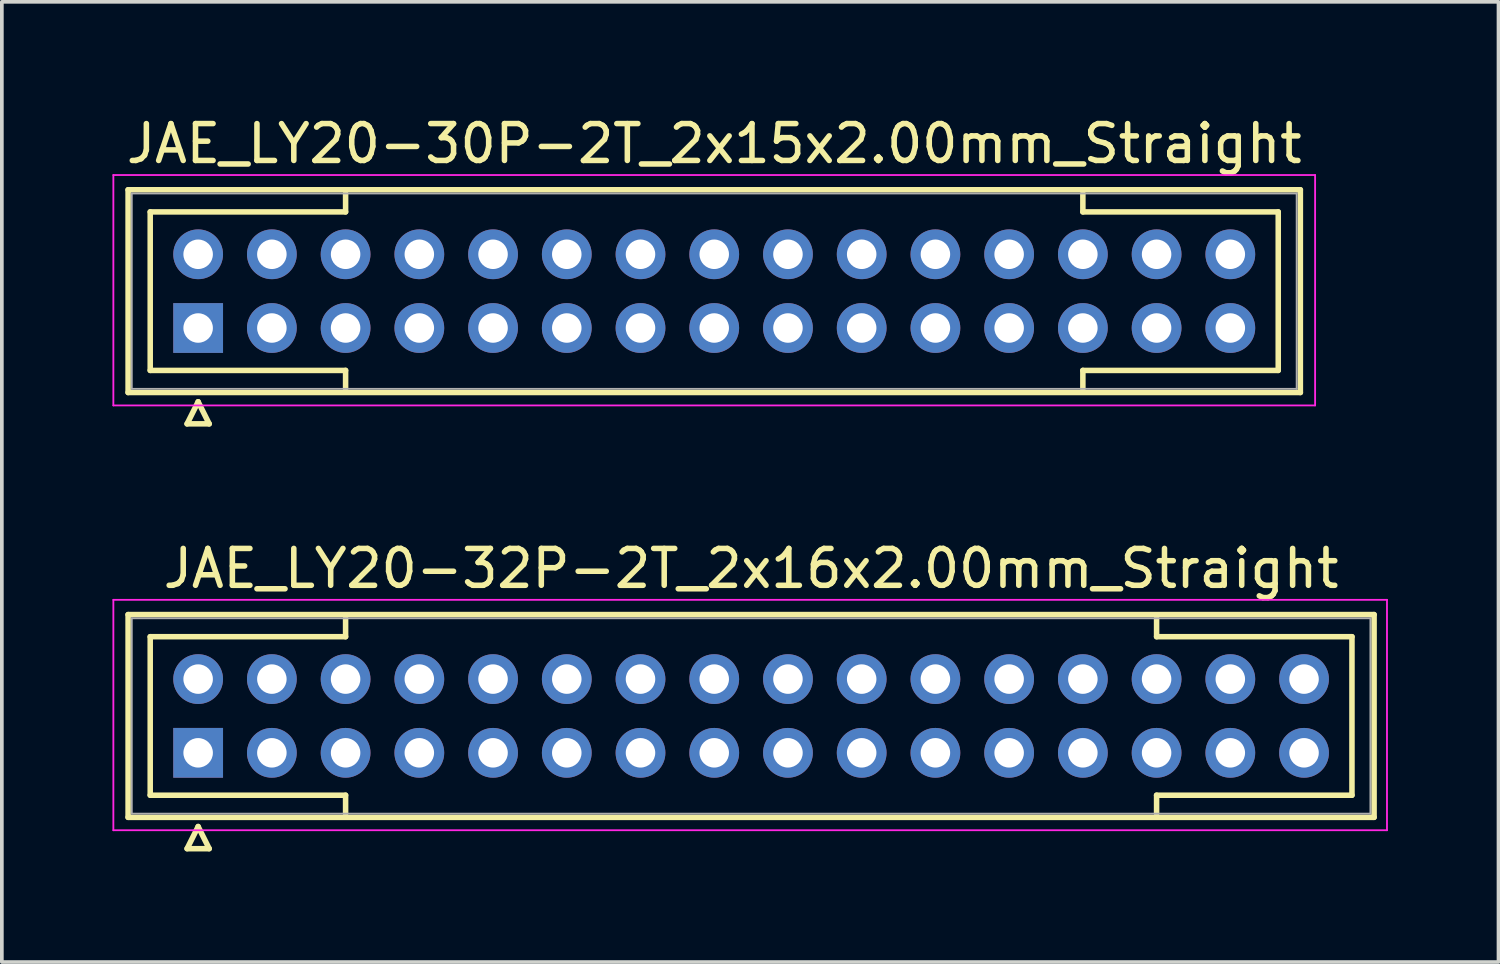
<source format=kicad_pcb>
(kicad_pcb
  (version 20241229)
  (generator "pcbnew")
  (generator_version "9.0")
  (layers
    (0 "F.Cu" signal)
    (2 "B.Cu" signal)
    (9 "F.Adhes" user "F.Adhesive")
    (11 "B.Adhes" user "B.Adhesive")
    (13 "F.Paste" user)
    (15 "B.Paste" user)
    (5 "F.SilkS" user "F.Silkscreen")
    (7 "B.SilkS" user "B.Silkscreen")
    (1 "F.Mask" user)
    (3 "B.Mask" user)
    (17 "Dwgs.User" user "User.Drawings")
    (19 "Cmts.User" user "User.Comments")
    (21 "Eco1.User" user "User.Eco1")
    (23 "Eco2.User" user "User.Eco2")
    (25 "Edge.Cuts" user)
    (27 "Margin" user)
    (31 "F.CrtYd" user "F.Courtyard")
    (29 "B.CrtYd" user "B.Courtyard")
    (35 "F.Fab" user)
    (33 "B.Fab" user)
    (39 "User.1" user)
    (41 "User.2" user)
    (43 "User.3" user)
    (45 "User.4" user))
  (footprint "JAE_LY20-30P-2T_2x15x2.00mm_Straight"
    (layer "F.Cu")
    (at 2.325 5.848)
    (property "Reference" "JAE_LY20-30P-2T_2x15x2.00mm_Straight" (at 14 -5 0) (layer "F.SilkS") (effects (font (size 1 1) (thickness 0.15))))
    (attr through_hole)
    (fp_line (start -1.9 -3.75) (end -1.9 1.75) (stroke (width 0.15) (type solid)) (layer "F.SilkS"))
    (fp_line (start -1.9 1.75) (end 29.9 1.75) (stroke (width 0.15) (type solid)) (layer "F.SilkS"))
    (fp_line (start -1.3 -3.15) (end 4 -3.15) (stroke (width 0.15) (type solid)) (layer "F.SilkS"))
    (fp_line (start -1.3 1.15) (end -1.3 -3.15) (stroke (width 0.15) (type solid)) (layer "F.SilkS"))
    (fp_line (start -0.3 2.6) (end 0.3 2.6) (stroke (width 0.15) (type solid)) (layer "F.SilkS"))
    (fp_line (start 0 2) (end -0.3 2.6) (stroke (width 0.15) (type solid)) (layer "F.SilkS"))
    (fp_line (start 0.3 2.6) (end 0 2) (stroke (width 0.15) (type solid)) (layer "F.SilkS"))
    (fp_line (start 4 -3.15) (end 4 -3.65) (stroke (width 0.15) (type solid)) (layer "F.SilkS"))
    (fp_line (start 4 1.15) (end -1.3 1.15) (stroke (width 0.15) (type solid)) (layer "F.SilkS"))
    (fp_line (start 4 1.65) (end 4 1.15) (stroke (width 0.15) (type solid)) (layer "F.SilkS"))
    (fp_line (start 24 -3.15) (end 24 -3.65) (stroke (width 0.15) (type solid)) (layer "F.SilkS"))
    (fp_line (start 24 1.15) (end 29.3 1.15) (stroke (width 0.15) (type solid)) (layer "F.SilkS"))
    (fp_line (start 24 1.65) (end 24 1.15) (stroke (width 0.15) (type solid)) (layer "F.SilkS"))
    (fp_line (start 29.3 -3.15) (end 24 -3.15) (stroke (width 0.15) (type solid)) (layer "F.SilkS"))
    (fp_line (start 29.3 1.15) (end 29.3 -3.15) (stroke (width 0.15) (type solid)) (layer "F.SilkS"))
    (fp_line (start 29.9 -3.75) (end -1.9 -3.75) (stroke (width 0.15) (type solid)) (layer "F.SilkS"))
    (fp_line (start 29.9 1.75) (end 29.9 -3.75) (stroke (width 0.15) (type solid)) (layer "F.SilkS"))
    (fp_line (start -2.3 -4.15) (end -2.3 2.1) (stroke (width 0.05) (type solid)) (layer "F.CrtYd"))
    (fp_line (start -2.3 2.1) (end 30.3 2.1) (stroke (width 0.05) (type solid)) (layer "F.CrtYd"))
    (fp_line (start 30.3 -4.15) (end -2.3 -4.15) (stroke (width 0.05) (type solid)) (layer "F.CrtYd"))
    (fp_line (start 30.3 2.1) (end 30.3 -4.15) (stroke (width 0.05) (type solid)) (layer "F.CrtYd"))
    (fp_line (start -1.8 -3.65) (end -1.8 1.65) (stroke (width 0.05) (type solid)) (layer "F.Fab"))
    (fp_line (start -1.8 1.65) (end 29.8 1.65) (stroke (width 0.05) (type solid)) (layer "F.Fab"))
    (fp_line (start 29.8 -3.65) (end -1.8 -3.65) (stroke (width 0.05) (type solid)) (layer "F.Fab"))
    (fp_line (start 29.8 1.65) (end 29.8 -3.65) (stroke (width 0.05) (type solid)) (layer "F.Fab"))
    (pad "1" thru_hole rect (at 0 0) (size 1.35 1.35) (drill 0.8) (layers "*.Cu" "*.Mask"))
    (pad "2" thru_hole circle (at 2 0) (size 1.35 1.35) (drill 0.8) (layers "*.Cu" "*.Mask"))
    (pad "3" thru_hole circle (at 4 0) (size 1.35 1.35) (drill 0.8) (layers "*.Cu" "*.Mask"))
    (pad "4" thru_hole circle (at 6 0) (size 1.35 1.35) (drill 0.8) (layers "*.Cu" "*.Mask"))
    (pad "5" thru_hole circle (at 8 0) (size 1.35 1.35) (drill 0.8) (layers "*.Cu" "*.Mask"))
    (pad "6" thru_hole circle (at 10 0) (size 1.35 1.35) (drill 0.8) (layers "*.Cu" "*.Mask"))
    (pad "7" thru_hole circle (at 12 0) (size 1.35 1.35) (drill 0.8) (layers "*.Cu" "*.Mask"))
    (pad "8" thru_hole circle (at 14 0) (size 1.35 1.35) (drill 0.8) (layers "*.Cu" "*.Mask"))
    (pad "9" thru_hole circle (at 16 0) (size 1.35 1.35) (drill 0.8) (layers "*.Cu" "*.Mask"))
    (pad "10" thru_hole circle (at 18 0) (size 1.35 1.35) (drill 0.8) (layers "*.Cu" "*.Mask"))
    (pad "11" thru_hole circle (at 20 0) (size 1.35 1.35) (drill 0.8) (layers "*.Cu" "*.Mask"))
    (pad "12" thru_hole circle (at 22 0) (size 1.35 1.35) (drill 0.8) (layers "*.Cu" "*.Mask"))
    (pad "13" thru_hole circle (at 24 0) (size 1.35 1.35) (drill 0.8) (layers "*.Cu" "*.Mask"))
    (pad "14" thru_hole circle (at 26 0) (size 1.35 1.35) (drill 0.8) (layers "*.Cu" "*.Mask"))
    (pad "15" thru_hole circle (at 28 0) (size 1.35 1.35) (drill 0.8) (layers "*.Cu" "*.Mask"))
    (pad "16" thru_hole circle (at 0 -2) (size 1.35 1.35) (drill 0.8) (layers "*.Cu" "*.Mask"))
    (pad "17" thru_hole circle (at 2 -2) (size 1.35 1.35) (drill 0.8) (layers "*.Cu" "*.Mask"))
    (pad "18" thru_hole circle (at 4 -2) (size 1.35 1.35) (drill 0.8) (layers "*.Cu" "*.Mask"))
    (pad "19" thru_hole circle (at 6 -2) (size 1.35 1.35) (drill 0.8) (layers "*.Cu" "*.Mask"))
    (pad "20" thru_hole circle (at 8 -2) (size 1.35 1.35) (drill 0.8) (layers "*.Cu" "*.Mask"))
    (pad "21" thru_hole circle (at 10 -2) (size 1.35 1.35) (drill 0.8) (layers "*.Cu" "*.Mask"))
    (pad "22" thru_hole circle (at 12 -2) (size 1.35 1.35) (drill 0.8) (layers "*.Cu" "*.Mask"))
    (pad "23" thru_hole circle (at 14 -2) (size 1.35 1.35) (drill 0.8) (layers "*.Cu" "*.Mask"))
    (pad "24" thru_hole circle (at 16 -2) (size 1.35 1.35) (drill 0.8) (layers "*.Cu" "*.Mask"))
    (pad "25" thru_hole circle (at 18 -2) (size 1.35 1.35) (drill 0.8) (layers "*.Cu" "*.Mask"))
    (pad "26" thru_hole circle (at 20 -2) (size 1.35 1.35) (drill 0.8) (layers "*.Cu" "*.Mask"))
    (pad "27" thru_hole circle (at 22 -2) (size 1.35 1.35) (drill 0.8) (layers "*.Cu" "*.Mask"))
    (pad "28" thru_hole circle (at 24 -2) (size 1.35 1.35) (drill 0.8) (layers "*.Cu" "*.Mask"))
    (pad "29" thru_hole circle (at 26 -2) (size 1.35 1.35) (drill 0.8) (layers "*.Cu" "*.Mask"))
    (pad "30" thru_hole circle (at 28 -2) (size 1.35 1.35) (drill 0.8) (layers "*.Cu" "*.Mask")))
  (footprint "JAE_LY20-32P-2T_2x16x2.00mm_Straight"
    (layer "F.Cu")
    (at 2.325 17.372)
    (property "Reference" "JAE_LY20-32P-2T_2x16x2.00mm_Straight" (at 15 -5 0) (layer "F.SilkS") (effects (font (size 1 1) (thickness 0.15))))
    (attr through_hole)
    (fp_line (start -1.9 -3.75) (end -1.9 1.75) (stroke (width 0.15) (type solid)) (layer "F.SilkS"))
    (fp_line (start -1.9 1.75) (end 31.9 1.75) (stroke (width 0.15) (type solid)) (layer "F.SilkS"))
    (fp_line (start -1.3 -3.15) (end 4 -3.15) (stroke (width 0.15) (type solid)) (layer "F.SilkS"))
    (fp_line (start -1.3 1.15) (end -1.3 -3.15) (stroke (width 0.15) (type solid)) (layer "F.SilkS"))
    (fp_line (start -0.3 2.6) (end 0.3 2.6) (stroke (width 0.15) (type solid)) (layer "F.SilkS"))
    (fp_line (start 0 2) (end -0.3 2.6) (stroke (width 0.15) (type solid)) (layer "F.SilkS"))
    (fp_line (start 0.3 2.6) (end 0 2) (stroke (width 0.15) (type solid)) (layer "F.SilkS"))
    (fp_line (start 4 -3.15) (end 4 -3.65) (stroke (width 0.15) (type solid)) (layer "F.SilkS"))
    (fp_line (start 4 1.15) (end -1.3 1.15) (stroke (width 0.15) (type solid)) (layer "F.SilkS"))
    (fp_line (start 4 1.65) (end 4 1.15) (stroke (width 0.15) (type solid)) (layer "F.SilkS"))
    (fp_line (start 26 -3.15) (end 26 -3.65) (stroke (width 0.15) (type solid)) (layer "F.SilkS"))
    (fp_line (start 26 1.15) (end 31.3 1.15) (stroke (width 0.15) (type solid)) (layer "F.SilkS"))
    (fp_line (start 26 1.65) (end 26 1.15) (stroke (width 0.15) (type solid)) (layer "F.SilkS"))
    (fp_line (start 31.3 -3.15) (end 26 -3.15) (stroke (width 0.15) (type solid)) (layer "F.SilkS"))
    (fp_line (start 31.3 1.15) (end 31.3 -3.15) (stroke (width 0.15) (type solid)) (layer "F.SilkS"))
    (fp_line (start 31.9 -3.75) (end -1.9 -3.75) (stroke (width 0.15) (type solid)) (layer "F.SilkS"))
    (fp_line (start 31.9 1.75) (end 31.9 -3.75) (stroke (width 0.15) (type solid)) (layer "F.SilkS"))
    (fp_line (start -2.3 -4.15) (end -2.3 2.1) (stroke (width 0.05) (type solid)) (layer "F.CrtYd"))
    (fp_line (start -2.3 2.1) (end 32.25 2.1) (stroke (width 0.05) (type solid)) (layer "F.CrtYd"))
    (fp_line (start 32.25 -4.15) (end -2.3 -4.15) (stroke (width 0.05) (type solid)) (layer "F.CrtYd"))
    (fp_line (start 32.25 2.1) (end 32.25 -4.15) (stroke (width 0.05) (type solid)) (layer "F.CrtYd"))
    (fp_line (start -1.8 -3.65) (end -1.8 1.65) (stroke (width 0.05) (type solid)) (layer "F.Fab"))
    (fp_line (start -1.8 1.65) (end 31.8 1.65) (stroke (width 0.05) (type solid)) (layer "F.Fab"))
    (fp_line (start 31.8 -3.65) (end -1.8 -3.65) (stroke (width 0.05) (type solid)) (layer "F.Fab"))
    (fp_line (start 31.8 1.65) (end 31.8 -3.65) (stroke (width 0.05) (type solid)) (layer "F.Fab"))
    (pad "1" thru_hole rect (at 0 0) (size 1.35 1.35) (drill 0.8) (layers "*.Cu" "*.Mask"))
    (pad "2" thru_hole circle (at 2 0) (size 1.35 1.35) (drill 0.8) (layers "*.Cu" "*.Mask"))
    (pad "3" thru_hole circle (at 4 0) (size 1.35 1.35) (drill 0.8) (layers "*.Cu" "*.Mask"))
    (pad "4" thru_hole circle (at 6 0) (size 1.35 1.35) (drill 0.8) (layers "*.Cu" "*.Mask"))
    (pad "5" thru_hole circle (at 8 0) (size 1.35 1.35) (drill 0.8) (layers "*.Cu" "*.Mask"))
    (pad "6" thru_hole circle (at 10 0) (size 1.35 1.35) (drill 0.8) (layers "*.Cu" "*.Mask"))
    (pad "7" thru_hole circle (at 12 0) (size 1.35 1.35) (drill 0.8) (layers "*.Cu" "*.Mask"))
    (pad "8" thru_hole circle (at 14 0) (size 1.35 1.35) (drill 0.8) (layers "*.Cu" "*.Mask"))
    (pad "9" thru_hole circle (at 16 0) (size 1.35 1.35) (drill 0.8) (layers "*.Cu" "*.Mask"))
    (pad "10" thru_hole circle (at 18 0) (size 1.35 1.35) (drill 0.8) (layers "*.Cu" "*.Mask"))
    (pad "11" thru_hole circle (at 20 0) (size 1.35 1.35) (drill 0.8) (layers "*.Cu" "*.Mask"))
    (pad "12" thru_hole circle (at 22 0) (size 1.35 1.35) (drill 0.8) (layers "*.Cu" "*.Mask"))
    (pad "13" thru_hole circle (at 24 0) (size 1.35 1.35) (drill 0.8) (layers "*.Cu" "*.Mask"))
    (pad "14" thru_hole circle (at 26 0) (size 1.35 1.35) (drill 0.8) (layers "*.Cu" "*.Mask"))
    (pad "15" thru_hole circle (at 28 0) (size 1.35 1.35) (drill 0.8) (layers "*.Cu" "*.Mask"))
    (pad "16" thru_hole circle (at 30 0) (size 1.35 1.35) (drill 0.8) (layers "*.Cu" "*.Mask"))
    (pad "17" thru_hole circle (at 0 -2) (size 1.35 1.35) (drill 0.8) (layers "*.Cu" "*.Mask"))
    (pad "18" thru_hole circle (at 2 -2) (size 1.35 1.35) (drill 0.8) (layers "*.Cu" "*.Mask"))
    (pad "19" thru_hole circle (at 4 -2) (size 1.35 1.35) (drill 0.8) (layers "*.Cu" "*.Mask"))
    (pad "20" thru_hole circle (at 6 -2) (size 1.35 1.35) (drill 0.8) (layers "*.Cu" "*.Mask"))
    (pad "21" thru_hole circle (at 8 -2) (size 1.35 1.35) (drill 0.8) (layers "*.Cu" "*.Mask"))
    (pad "22" thru_hole circle (at 10 -2) (size 1.35 1.35) (drill 0.8) (layers "*.Cu" "*.Mask"))
    (pad "23" thru_hole circle (at 12 -2) (size 1.35 1.35) (drill 0.8) (layers "*.Cu" "*.Mask"))
    (pad "24" thru_hole circle (at 14 -2) (size 1.35 1.35) (drill 0.8) (layers "*.Cu" "*.Mask"))
    (pad "25" thru_hole circle (at 16 -2) (size 1.35 1.35) (drill 0.8) (layers "*.Cu" "*.Mask"))
    (pad "26" thru_hole circle (at 18 -2) (size 1.35 1.35) (drill 0.8) (layers "*.Cu" "*.Mask"))
    (pad "27" thru_hole circle (at 20 -2) (size 1.35 1.35) (drill 0.8) (layers "*.Cu" "*.Mask"))
    (pad "28" thru_hole circle (at 22 -2) (size 1.35 1.35) (drill 0.8) (layers "*.Cu" "*.Mask"))
    (pad "29" thru_hole circle (at 24 -2) (size 1.35 1.35) (drill 0.8) (layers "*.Cu" "*.Mask"))
    (pad "30" thru_hole circle (at 26 -2) (size 1.35 1.35) (drill 0.8) (layers "*.Cu" "*.Mask"))
    (pad "31" thru_hole circle (at 28 -2) (size 1.35 1.35) (drill 0.8) (layers "*.Cu" "*.Mask"))
    (pad "32" thru_hole circle (at 30 -2) (size 1.35 1.35) (drill 0.8) (layers "*.Cu" "*.Mask")))
  (gr_rect
    (start -3 -3)
    (end 37.6 23.047)
    (stroke (width 0.1) (type default))
    (fill no)
    (layer "Edge.Cuts")))
</source>
